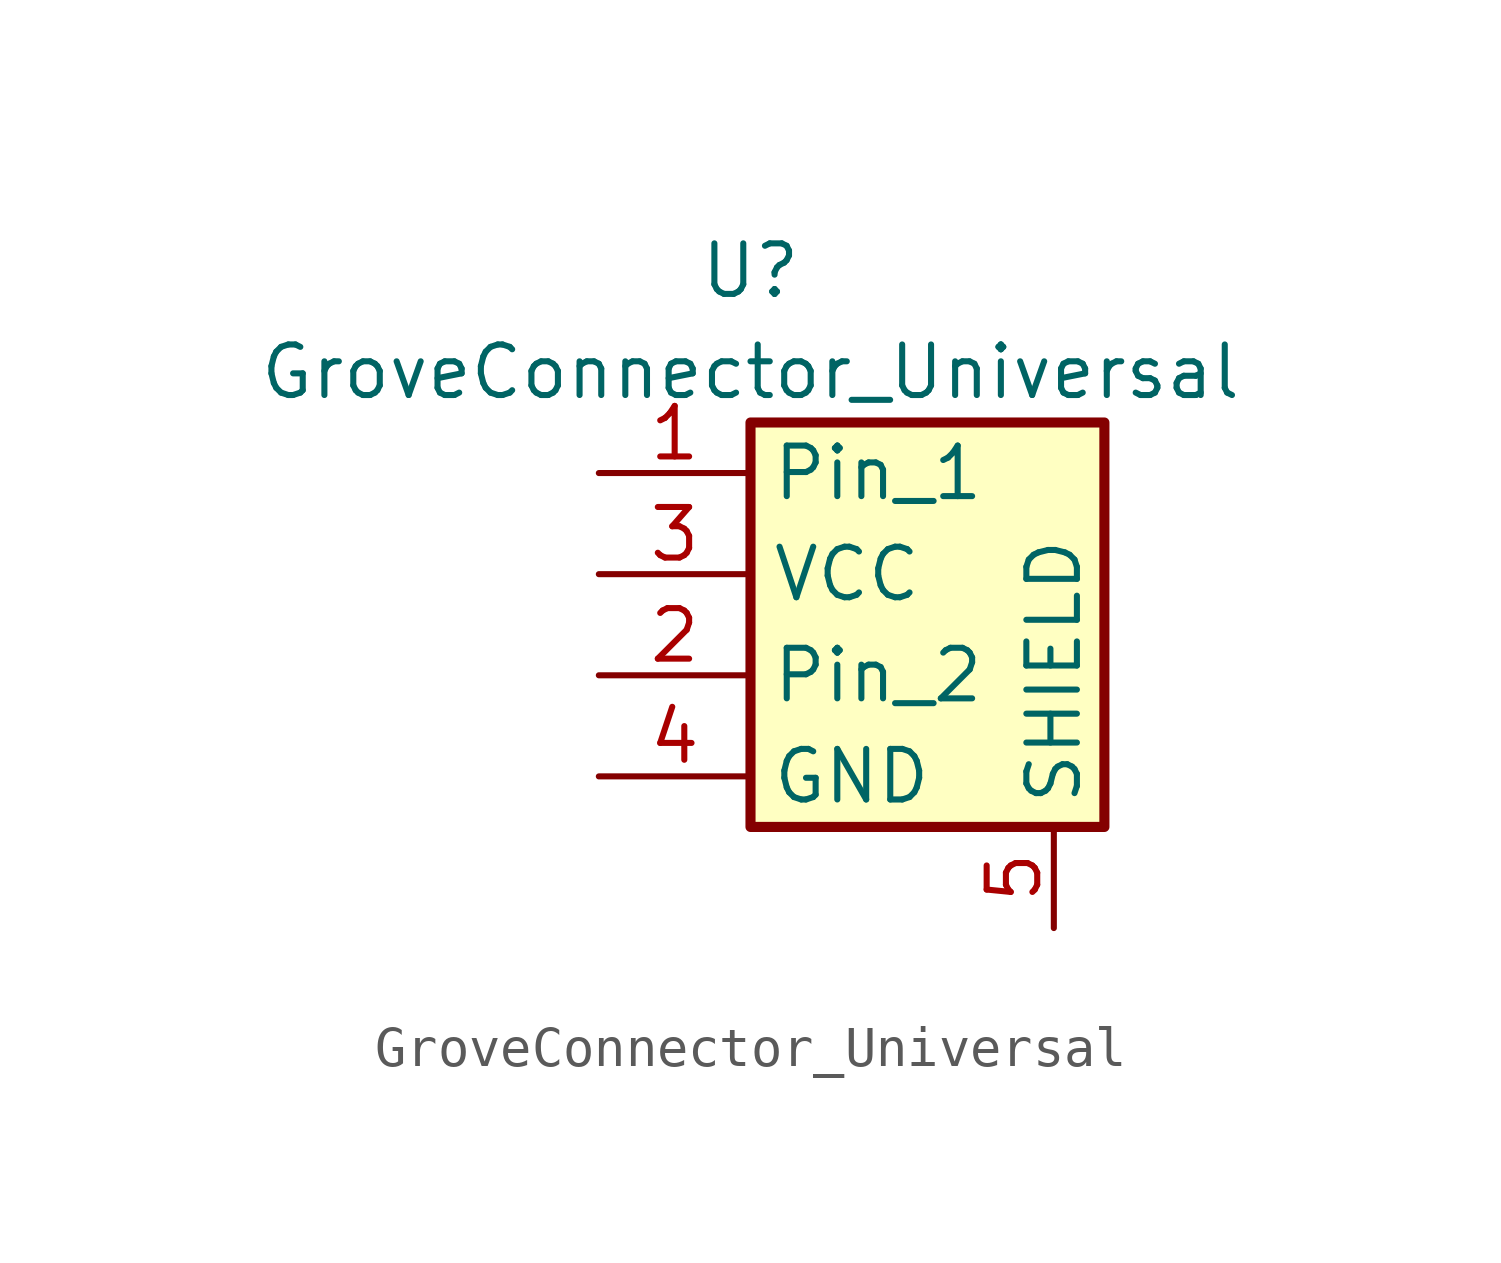
<source format=kicad_sym>
(kicad_symbol_lib
  (version 20211014)
  (generator kicad_symbol_editor)
  (symbol "GroveConnector_Universal"
    (property "Reference" "U"
      (at 0 6.35 0)
      (effects (font (size 1.27 1.27))))
    (property "Value" "GroveConnector_Universal"
      (at 0 3.81 0)
      (effects (font (size 1.27 1.27))))
    (symbol "GroveConnector_Universal_0_0"
      (pin passive line (at 7.62 -10.16 90) (length 2.54) (name "SHIELD" (effects (font (size 1.27 1.27)))) (number "5" (effects (font (size 1.27 1.27))))))
    (symbol "GroveConnector_Universal_1_1"
      (rectangle (start 0 2.54) (end 8.89 -7.62) (stroke (width 0.254) (type default) (color 0 0 0 0)) (fill (type background)))
      (pin passive line (at -3.81 1.27 0) (length 3.81) (name "Pin_1" (effects (font (size 1.27 1.27)))) (number "1" (effects (font (size 1.27 1.27)))))
      (pin passive line (at -3.81 -3.81 0) (length 3.81) (name "Pin_2" (effects (font (size 1.27 1.27)))) (number "2" (effects (font (size 1.27 1.27)))))
      (pin passive line (at -3.81 -1.27 0) (length 3.81) (name "VCC" (effects (font (size 1.27 1.27)))) (number "3" (effects (font (size 1.27 1.27)))))
      (pin passive line (at -3.81 -6.35 0) (length 3.81) (name "GND" (effects (font (size 1.27 1.27)))) (number "4" (effects (font (size 1.27 1.27))))))))
</source>
